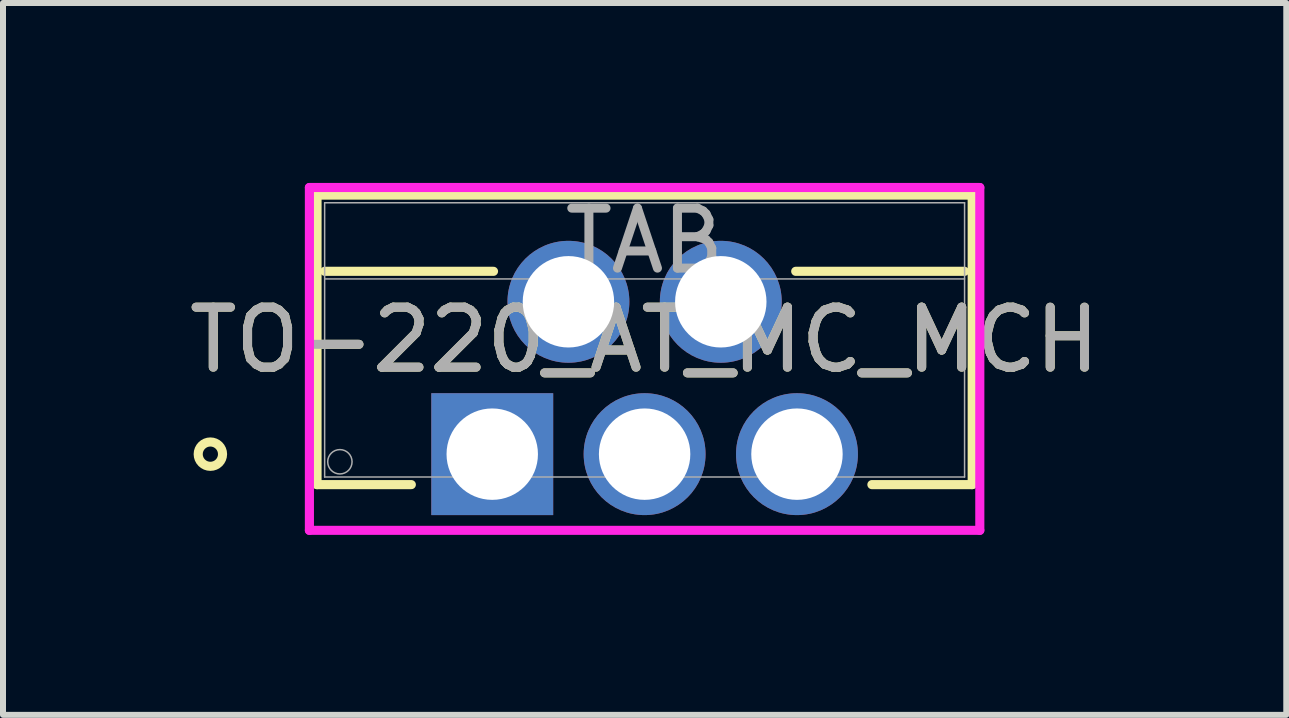
<source format=kicad_pcb>
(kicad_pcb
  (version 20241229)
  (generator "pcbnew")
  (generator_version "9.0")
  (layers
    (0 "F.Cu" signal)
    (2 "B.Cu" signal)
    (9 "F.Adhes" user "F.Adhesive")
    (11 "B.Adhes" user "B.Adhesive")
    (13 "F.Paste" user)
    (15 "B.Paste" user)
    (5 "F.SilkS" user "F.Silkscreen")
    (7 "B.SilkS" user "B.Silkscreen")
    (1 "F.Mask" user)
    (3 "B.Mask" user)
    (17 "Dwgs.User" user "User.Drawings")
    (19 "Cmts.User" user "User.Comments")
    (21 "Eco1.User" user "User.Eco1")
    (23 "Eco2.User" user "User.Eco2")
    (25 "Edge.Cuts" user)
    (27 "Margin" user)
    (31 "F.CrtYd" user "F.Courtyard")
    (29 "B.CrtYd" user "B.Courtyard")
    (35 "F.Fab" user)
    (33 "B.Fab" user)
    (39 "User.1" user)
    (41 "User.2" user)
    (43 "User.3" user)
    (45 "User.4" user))
  (footprint "TO-220_AT_MC_MCH"
    (layer "F.Cu")
    (at 5.156 4.521)
    (property "Reference" "TO-220_AT_MC_MCH" (at 2.54 -1.905 0) (unlocked yes) (layer "F.SilkS") (effects (font (size 1 1) (thickness 0.15))))
    (attr through_hole)
    (fp_line (start -2.921 -4.318) (end -2.921 0.508) (stroke (width 0.152) (type solid)) (layer "F.SilkS"))
    (fp_line (start -2.921 0.508) (end -1.349 0.508) (stroke (width 0.152) (type solid)) (layer "F.SilkS"))
    (fp_line (start -2.794 -3.048) (end 0.021 -3.048) (stroke (width 0.152) (type solid)) (layer "F.SilkS"))
    (fp_line (start 5.059 -3.048) (end 7.874 -3.048) (stroke (width 0.152) (type solid)) (layer "F.SilkS"))
    (fp_line (start 6.329 0.508) (end 8.001 0.508) (stroke (width 0.152) (type solid)) (layer "F.SilkS"))
    (fp_line (start 8.001 -4.318) (end -2.921 -4.318) (stroke (width 0.152) (type solid)) (layer "F.SilkS"))
    (fp_line (start 8.001 0.508) (end 8.001 -4.318) (stroke (width 0.152) (type solid)) (layer "F.SilkS"))
    (fp_circle (center -4.699 0) (end -4.496 0) (stroke (width 0.152) (type solid)) (fill no) (layer "F.SilkS"))
    (fp_line (start -3.048 -4.445) (end -3.048 1.27) (stroke (width 0.152) (type solid)) (layer "F.CrtYd"))
    (fp_line (start -3.048 1.27) (end 8.128 1.27) (stroke (width 0.152) (type solid)) (layer "F.CrtYd"))
    (fp_line (start 8.128 -4.445) (end -3.048 -4.445) (stroke (width 0.152) (type solid)) (layer "F.CrtYd"))
    (fp_line (start 8.128 1.27) (end 8.128 -4.445) (stroke (width 0.152) (type solid)) (layer "F.CrtYd"))
    (fp_line (start -2.794 -4.191) (end -2.794 0.381) (stroke (width 0.025) (type solid)) (layer "F.Fab"))
    (fp_line (start -2.794 -2.921) (end 7.874 -2.921) (stroke (width 0.025) (type solid)) (layer "F.Fab"))
    (fp_line (start -2.794 0.381) (end 7.874 0.381) (stroke (width 0.025) (type solid)) (layer "F.Fab"))
    (fp_line (start 7.874 -4.191) (end -2.794 -4.191) (stroke (width 0.025) (type solid)) (layer "F.Fab"))
    (fp_line (start 7.874 0.381) (end 7.874 -4.191) (stroke (width 0.025) (type solid)) (layer "F.Fab"))
    (fp_circle (center -2.54 0.127) (end -2.337 0.127) (stroke (width 0.025) (type solid)) (fill no) (layer "F.Fab"))
    (fp_text user "TAB" (at 2.54 -3.556 0) (unlocked yes) (layer "F.Fab") (effects (font (size 1 1) (thickness 0.15))))
    (fp_text user "${REFERENCE}" (at 2.54 -1.905 0) (unlocked yes) (layer "F.Fab") (effects (font (size 1 1) (thickness 0.15))))
    (pad "1" thru_hole rect (at 0 0) (size 2.032 2.032) (drill 1.524) (layers "*.Cu" "*.Mask"))
    (pad "2" thru_hole circle (at 1.27 -2.54) (size 2.032 2.032) (drill 1.524) (layers "*.Cu" "*.Mask"))
    (pad "3" thru_hole circle (at 2.54 0) (size 2.032 2.032) (drill 1.524) (layers "*.Cu" "*.Mask"))
    (pad "4" thru_hole circle (at 3.81 -2.54) (size 2.032 2.032) (drill 1.524) (layers "*.Cu" "*.Mask"))
    (pad "5" thru_hole circle (at 5.08 0) (size 2.032 2.032) (drill 1.524) (layers "*.Cu" "*.Mask")))
  (gr_rect
    (start -3 -3)
    (end 18.393 8.867)
    (stroke (width 0.1) (type default))
    (fill no)
    (layer "Edge.Cuts")))
</source>
